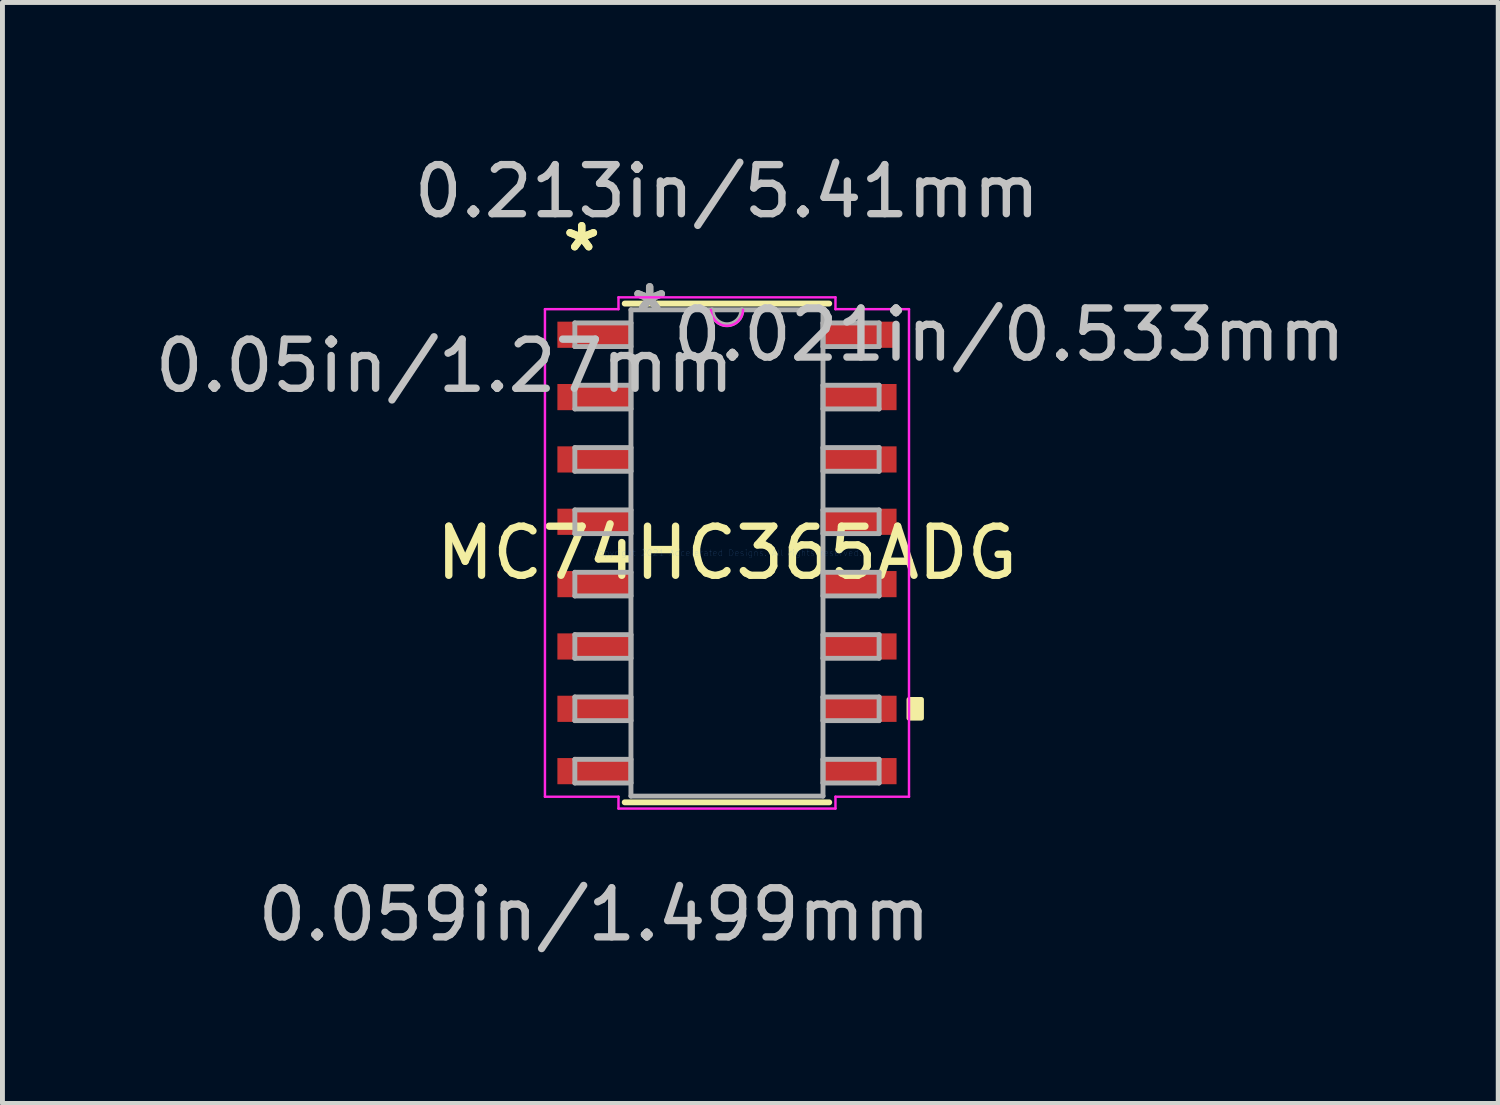
<source format=kicad_pcb>
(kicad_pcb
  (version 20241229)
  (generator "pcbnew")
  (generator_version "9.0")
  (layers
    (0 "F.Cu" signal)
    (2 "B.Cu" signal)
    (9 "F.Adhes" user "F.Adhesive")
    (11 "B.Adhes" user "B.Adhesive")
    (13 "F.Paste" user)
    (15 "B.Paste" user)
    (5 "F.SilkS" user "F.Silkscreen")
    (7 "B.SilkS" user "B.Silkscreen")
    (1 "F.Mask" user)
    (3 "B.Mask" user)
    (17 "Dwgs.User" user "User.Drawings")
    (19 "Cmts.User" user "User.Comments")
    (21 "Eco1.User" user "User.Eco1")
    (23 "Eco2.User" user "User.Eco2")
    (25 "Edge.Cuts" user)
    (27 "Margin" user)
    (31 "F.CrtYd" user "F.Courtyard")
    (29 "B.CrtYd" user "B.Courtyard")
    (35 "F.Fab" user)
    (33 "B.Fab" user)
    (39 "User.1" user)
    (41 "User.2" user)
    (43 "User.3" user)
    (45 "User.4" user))
  (footprint "MC74HC365ADG"
    (layer "F.Cu")
    (at 11.759 8.214)
    (property "Reference" "MC74HC365ADG" (at 0 0 0) (layer "F.SilkS") (effects (font (size 1 1) (thickness 0.15))))
    (attr through_hole)
    (fp_line (start -2.083 5.08) (end 2.083 5.08) (stroke (width 0.12) (type solid)) (layer "F.SilkS"))
    (fp_line (start 2.083 -5.08) (end -2.083 -5.08) (stroke (width 0.12) (type solid)) (layer "F.SilkS"))
    (fp_poly (pts (xy 3.962 2.985) (xy 3.962 3.365) (xy 3.708 3.365) (xy 3.708 2.985)) (stroke (width 0.1) (type solid)) (fill yes) (layer "F.SilkS"))
    (fp_line (start -3.708 -4.966) (end -2.21 -4.966) (stroke (width 0.05) (type solid)) (layer "F.CrtYd"))
    (fp_line (start -3.708 4.966) (end -3.708 -4.966) (stroke (width 0.05) (type solid)) (layer "F.CrtYd"))
    (fp_line (start -2.21 -5.207) (end 2.21 -5.207) (stroke (width 0.05) (type solid)) (layer "F.CrtYd"))
    (fp_line (start -2.21 -4.966) (end -2.21 -5.207) (stroke (width 0.05) (type solid)) (layer "F.CrtYd"))
    (fp_line (start -2.21 4.966) (end -3.708 4.966) (stroke (width 0.05) (type solid)) (layer "F.CrtYd"))
    (fp_line (start -2.21 5.207) (end -2.21 4.966) (stroke (width 0.05) (type solid)) (layer "F.CrtYd"))
    (fp_line (start 2.21 -5.207) (end 2.21 -4.966) (stroke (width 0.05) (type solid)) (layer "F.CrtYd"))
    (fp_line (start 2.21 -4.966) (end 3.708 -4.966) (stroke (width 0.05) (type solid)) (layer "F.CrtYd"))
    (fp_line (start 2.21 4.966) (end 2.21 5.207) (stroke (width 0.05) (type solid)) (layer "F.CrtYd"))
    (fp_line (start 2.21 5.207) (end -2.21 5.207) (stroke (width 0.05) (type solid)) (layer "F.CrtYd"))
    (fp_line (start 3.708 -4.966) (end 3.708 4.966) (stroke (width 0.05) (type solid)) (layer "F.CrtYd"))
    (fp_line (start 3.708 4.966) (end 2.21 4.966) (stroke (width 0.05) (type solid)) (layer "F.CrtYd"))
    (fp_arc (start 0.325967 -4.953) (mid 0 -4.627033) (end -0.325967 -4.953) (stroke (width 0.05) (type solid)) (layer "F.CrtYd"))
    (fp_line (start -3.099 -4.686) (end -3.099 -4.204) (stroke (width 0.1) (type solid)) (layer "F.Fab"))
    (fp_line (start -3.099 -4.204) (end -1.956 -4.204) (stroke (width 0.1) (type solid)) (layer "F.Fab"))
    (fp_line (start -3.099 -3.416) (end -3.099 -2.934) (stroke (width 0.1) (type solid)) (layer "F.Fab"))
    (fp_line (start -3.099 -2.934) (end -1.956 -2.934) (stroke (width 0.1) (type solid)) (layer "F.Fab"))
    (fp_line (start -3.099 -2.146) (end -3.099 -1.664) (stroke (width 0.1) (type solid)) (layer "F.Fab"))
    (fp_line (start -3.099 -1.664) (end -1.956 -1.664) (stroke (width 0.1) (type solid)) (layer "F.Fab"))
    (fp_line (start -3.099 -0.876) (end -3.099 -0.394) (stroke (width 0.1) (type solid)) (layer "F.Fab"))
    (fp_line (start -3.099 -0.394) (end -1.956 -0.394) (stroke (width 0.1) (type solid)) (layer "F.Fab"))
    (fp_line (start -3.099 0.394) (end -3.099 0.876) (stroke (width 0.1) (type solid)) (layer "F.Fab"))
    (fp_line (start -3.099 0.876) (end -1.956 0.876) (stroke (width 0.1) (type solid)) (layer "F.Fab"))
    (fp_line (start -3.099 1.664) (end -3.099 2.146) (stroke (width 0.1) (type solid)) (layer "F.Fab"))
    (fp_line (start -3.099 2.146) (end -1.956 2.146) (stroke (width 0.1) (type solid)) (layer "F.Fab"))
    (fp_line (start -3.099 2.934) (end -3.099 3.416) (stroke (width 0.1) (type solid)) (layer "F.Fab"))
    (fp_line (start -3.099 3.416) (end -1.956 3.416) (stroke (width 0.1) (type solid)) (layer "F.Fab"))
    (fp_line (start -3.099 4.204) (end -3.099 4.686) (stroke (width 0.1) (type solid)) (layer "F.Fab"))
    (fp_line (start -3.099 4.686) (end -1.956 4.686) (stroke (width 0.1) (type solid)) (layer "F.Fab"))
    (fp_line (start -1.956 -4.953) (end -1.956 4.953) (stroke (width 0.1) (type solid)) (layer "F.Fab"))
    (fp_line (start -1.956 -4.686) (end -3.099 -4.686) (stroke (width 0.1) (type solid)) (layer "F.Fab"))
    (fp_line (start -1.956 -4.204) (end -1.956 -4.686) (stroke (width 0.1) (type solid)) (layer "F.Fab"))
    (fp_line (start -1.956 -3.416) (end -3.099 -3.416) (stroke (width 0.1) (type solid)) (layer "F.Fab"))
    (fp_line (start -1.956 -2.934) (end -1.956 -3.416) (stroke (width 0.1) (type solid)) (layer "F.Fab"))
    (fp_line (start -1.956 -2.146) (end -3.099 -2.146) (stroke (width 0.1) (type solid)) (layer "F.Fab"))
    (fp_line (start -1.956 -1.664) (end -1.956 -2.146) (stroke (width 0.1) (type solid)) (layer "F.Fab"))
    (fp_line (start -1.956 -0.876) (end -3.099 -0.876) (stroke (width 0.1) (type solid)) (layer "F.Fab"))
    (fp_line (start -1.956 -0.394) (end -1.956 -0.876) (stroke (width 0.1) (type solid)) (layer "F.Fab"))
    (fp_line (start -1.956 0.394) (end -3.099 0.394) (stroke (width 0.1) (type solid)) (layer "F.Fab"))
    (fp_line (start -1.956 0.876) (end -1.956 0.394) (stroke (width 0.1) (type solid)) (layer "F.Fab"))
    (fp_line (start -1.956 1.664) (end -3.099 1.664) (stroke (width 0.1) (type solid)) (layer "F.Fab"))
    (fp_line (start -1.956 2.146) (end -1.956 1.664) (stroke (width 0.1) (type solid)) (layer "F.Fab"))
    (fp_line (start -1.956 2.934) (end -3.099 2.934) (stroke (width 0.1) (type solid)) (layer "F.Fab"))
    (fp_line (start -1.956 3.416) (end -1.956 2.934) (stroke (width 0.1) (type solid)) (layer "F.Fab"))
    (fp_line (start -1.956 4.204) (end -3.099 4.204) (stroke (width 0.1) (type solid)) (layer "F.Fab"))
    (fp_line (start -1.956 4.686) (end -1.956 4.204) (stroke (width 0.1) (type solid)) (layer "F.Fab"))
    (fp_line (start -1.956 4.953) (end 1.956 4.953) (stroke (width 0.1) (type solid)) (layer "F.Fab"))
    (fp_line (start 1.956 -4.953) (end -1.956 -4.953) (stroke (width 0.1) (type solid)) (layer "F.Fab"))
    (fp_line (start 1.956 -4.686) (end 1.956 -4.204) (stroke (width 0.1) (type solid)) (layer "F.Fab"))
    (fp_line (start 1.956 -4.204) (end 3.099 -4.204) (stroke (width 0.1) (type solid)) (layer "F.Fab"))
    (fp_line (start 1.956 -3.416) (end 1.956 -2.934) (stroke (width 0.1) (type solid)) (layer "F.Fab"))
    (fp_line (start 1.956 -2.934) (end 3.099 -2.934) (stroke (width 0.1) (type solid)) (layer "F.Fab"))
    (fp_line (start 1.956 -2.146) (end 1.956 -1.664) (stroke (width 0.1) (type solid)) (layer "F.Fab"))
    (fp_line (start 1.956 -1.664) (end 3.099 -1.664) (stroke (width 0.1) (type solid)) (layer "F.Fab"))
    (fp_line (start 1.956 -0.876) (end 1.956 -0.394) (stroke (width 0.1) (type solid)) (layer "F.Fab"))
    (fp_line (start 1.956 -0.394) (end 3.099 -0.394) (stroke (width 0.1) (type solid)) (layer "F.Fab"))
    (fp_line (start 1.956 0.394) (end 1.956 0.876) (stroke (width 0.1) (type solid)) (layer "F.Fab"))
    (fp_line (start 1.956 0.876) (end 3.099 0.876) (stroke (width 0.1) (type solid)) (layer "F.Fab"))
    (fp_line (start 1.956 1.664) (end 1.956 2.146) (stroke (width 0.1) (type solid)) (layer "F.Fab"))
    (fp_line (start 1.956 2.146) (end 3.099 2.146) (stroke (width 0.1) (type solid)) (layer "F.Fab"))
    (fp_line (start 1.956 2.934) (end 1.956 3.416) (stroke (width 0.1) (type solid)) (layer "F.Fab"))
    (fp_line (start 1.956 3.416) (end 3.099 3.416) (stroke (width 0.1) (type solid)) (layer "F.Fab"))
    (fp_line (start 1.956 4.204) (end 1.956 4.686) (stroke (width 0.1) (type solid)) (layer "F.Fab"))
    (fp_line (start 1.956 4.686) (end 3.099 4.686) (stroke (width 0.1) (type solid)) (layer "F.Fab"))
    (fp_line (start 1.956 4.953) (end 1.956 -4.953) (stroke (width 0.1) (type solid)) (layer "F.Fab"))
    (fp_line (start 3.099 -4.686) (end 1.956 -4.686) (stroke (width 0.1) (type solid)) (layer "F.Fab"))
    (fp_line (start 3.099 -4.204) (end 3.099 -4.686) (stroke (width 0.1) (type solid)) (layer "F.Fab"))
    (fp_line (start 3.099 -3.416) (end 1.956 -3.416) (stroke (width 0.1) (type solid)) (layer "F.Fab"))
    (fp_line (start 3.099 -2.934) (end 3.099 -3.416) (stroke (width 0.1) (type solid)) (layer "F.Fab"))
    (fp_line (start 3.099 -2.146) (end 1.956 -2.146) (stroke (width 0.1) (type solid)) (layer "F.Fab"))
    (fp_line (start 3.099 -1.664) (end 3.099 -2.146) (stroke (width 0.1) (type solid)) (layer "F.Fab"))
    (fp_line (start 3.099 -0.876) (end 1.956 -0.876) (stroke (width 0.1) (type solid)) (layer "F.Fab"))
    (fp_line (start 3.099 -0.394) (end 3.099 -0.876) (stroke (width 0.1) (type solid)) (layer "F.Fab"))
    (fp_line (start 3.099 0.394) (end 1.956 0.394) (stroke (width 0.1) (type solid)) (layer "F.Fab"))
    (fp_line (start 3.099 0.876) (end 3.099 0.394) (stroke (width 0.1) (type solid)) (layer "F.Fab"))
    (fp_line (start 3.099 1.664) (end 1.956 1.664) (stroke (width 0.1) (type solid)) (layer "F.Fab"))
    (fp_line (start 3.099 2.146) (end 3.099 1.664) (stroke (width 0.1) (type solid)) (layer "F.Fab"))
    (fp_line (start 3.099 2.934) (end 1.956 2.934) (stroke (width 0.1) (type solid)) (layer "F.Fab"))
    (fp_line (start 3.099 3.416) (end 3.099 2.934) (stroke (width 0.1) (type solid)) (layer "F.Fab"))
    (fp_line (start 3.099 4.204) (end 1.956 4.204) (stroke (width 0.1) (type solid)) (layer "F.Fab"))
    (fp_line (start 3.099 4.686) (end 3.099 4.204) (stroke (width 0.1) (type solid)) (layer "F.Fab"))
    (fp_arc (start 0.3048 -4.953) (mid 0 -4.6482) (end -0.3048 -4.953) (stroke (width 0.1) (type solid)) (layer "F.Fab"))
    (fp_text user "*" (at -2.959 -6.121 0) (layer "F.SilkS") (effects (font (size 1 1) (thickness 0.15))))
    (fp_text user "*" (at -2.959 -6.121 0) (layer "F.SilkS") (effects (font (size 1 1) (thickness 0.15))))
    (fp_text user "0.05in/1.27mm" (at -5.753 -3.81 0) (layer "Dwgs.User") (effects (font (size 1 1) (thickness 0.15))))
    (fp_text user "0.213in/5.41mm" (at 0 -7.366 0) (layer "Dwgs.User") (effects (font (size 1 1) (thickness 0.15))))
    (fp_text user "0.059in/1.499mm" (at -2.705 7.366 0) (layer "Dwgs.User") (effects (font (size 1 1) (thickness 0.15))))
    (fp_text user "0.021in/0.533mm" (at 5.753 -4.445 0) (layer "Dwgs.User") (effects (font (size 1 1) (thickness 0.15))))
    (fp_text user "Copyright 2021 Accelerated Designs. All rights reserved." (at 0 0 0) (layer "Cmts.User") (effects (font (size 0.127 0.127) (thickness 0.002))))
    (fp_text user "*" (at -1.575 -4.877 0) (layer "F.Fab") (effects (font (size 1 1) (thickness 0.15))))
    (fp_text user "*" (at -1.575 -4.877 0) (layer "F.Fab") (effects (font (size 1 1) (thickness 0.15))))
    (pad "1" smd rect (at -2.705 -4.445) (size 1.499 0.533) (layers "F.Cu" "F.Mask" "F.Paste"))
    (pad "2" smd rect (at -2.705 -3.175) (size 1.499 0.533) (layers "F.Cu" "F.Mask" "F.Paste"))
    (pad "3" smd rect (at -2.705 -1.905) (size 1.499 0.533) (layers "F.Cu" "F.Mask" "F.Paste"))
    (pad "4" smd rect (at -2.705 -0.635) (size 1.499 0.533) (layers "F.Cu" "F.Mask" "F.Paste"))
    (pad "5" smd rect (at -2.705 0.635) (size 1.499 0.533) (layers "F.Cu" "F.Mask" "F.Paste"))
    (pad "6" smd rect (at -2.705 1.905) (size 1.499 0.533) (layers "F.Cu" "F.Mask" "F.Paste"))
    (pad "7" smd rect (at -2.705 3.175) (size 1.499 0.533) (layers "F.Cu" "F.Mask" "F.Paste"))
    (pad "8" smd rect (at -2.705 4.445) (size 1.499 0.533) (layers "F.Cu" "F.Mask" "F.Paste"))
    (pad "9" smd rect (at 2.705 4.445) (size 1.499 0.533) (layers "F.Cu" "F.Mask" "F.Paste"))
    (pad "10" smd rect (at 2.705 3.175) (size 1.499 0.533) (layers "F.Cu" "F.Mask" "F.Paste"))
    (pad "11" smd rect (at 2.705 1.905) (size 1.499 0.533) (layers "F.Cu" "F.Mask" "F.Paste"))
    (pad "12" smd rect (at 2.705 0.635) (size 1.499 0.533) (layers "F.Cu" "F.Mask" "F.Paste"))
    (pad "13" smd rect (at 2.705 -0.635) (size 1.499 0.533) (layers "F.Cu" "F.Mask" "F.Paste"))
    (pad "14" smd rect (at 2.705 -1.905) (size 1.499 0.533) (layers "F.Cu" "F.Mask" "F.Paste"))
    (pad "15" smd rect (at 2.705 -3.175) (size 1.499 0.533) (layers "F.Cu" "F.Mask" "F.Paste"))
    (pad "16" smd rect (at 2.705 -4.445) (size 1.499 0.533) (layers "F.Cu" "F.Mask" "F.Paste")))
  (gr_rect
    (start -3 -3)
    (end 27.47 19.428)
    (stroke (width 0.1) (type default))
    (fill no)
    (layer "Edge.Cuts")))
</source>
